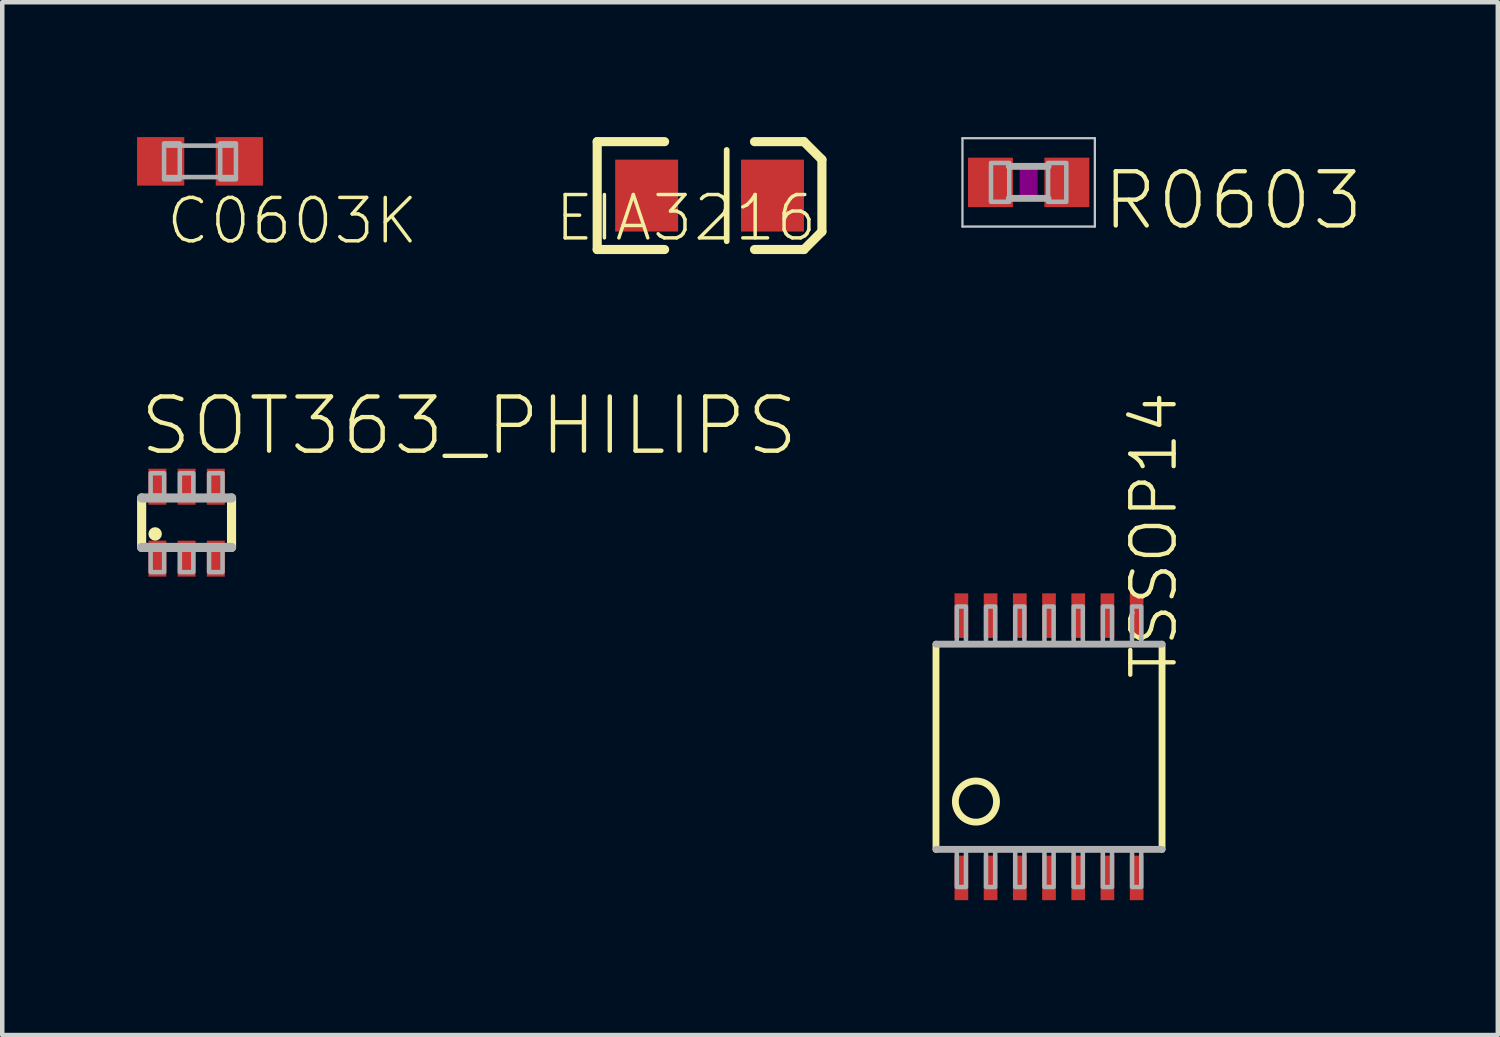
<source format=kicad_pcb>
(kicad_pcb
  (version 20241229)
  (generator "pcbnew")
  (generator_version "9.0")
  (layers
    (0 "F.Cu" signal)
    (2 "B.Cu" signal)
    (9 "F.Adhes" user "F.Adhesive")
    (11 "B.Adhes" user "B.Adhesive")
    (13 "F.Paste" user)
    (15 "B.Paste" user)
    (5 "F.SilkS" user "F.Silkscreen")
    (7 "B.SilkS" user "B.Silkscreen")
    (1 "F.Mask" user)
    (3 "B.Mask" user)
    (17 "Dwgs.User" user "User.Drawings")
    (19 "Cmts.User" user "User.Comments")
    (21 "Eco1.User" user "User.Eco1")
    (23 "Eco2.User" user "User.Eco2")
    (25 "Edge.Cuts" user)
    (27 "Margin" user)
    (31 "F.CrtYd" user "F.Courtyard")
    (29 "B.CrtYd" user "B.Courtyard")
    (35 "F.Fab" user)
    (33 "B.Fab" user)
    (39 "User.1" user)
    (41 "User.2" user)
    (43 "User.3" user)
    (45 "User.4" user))
  (footprint "R0603"
    (layer "F.Cu")
    (at 19.838 1.008)
    (property "Reference" "R0603" (at 1.587 1.111 0) (layer "F.SilkS") (effects (font (size 1.206 1.206) (thickness 0.097)) (justify left bottom)))
    (attr through_hole)
    (fp_poly (pts (xy -0.2 0.4) (xy 0.2 0.4) (xy 0.2 -0.4) (xy -0.2 -0.4)) (stroke (width 0) (type solid)) (fill yes) (layer "F.Adhes"))
    (fp_line (start -1.473 -0.983) (end 1.473 -0.983) (stroke (width 0.051) (type solid)) (layer "Dwgs.User"))
    (fp_line (start -1.473 0.983) (end -1.473 -0.983) (stroke (width 0.051) (type solid)) (layer "Dwgs.User"))
    (fp_line (start 1.473 -0.983) (end 1.473 0.983) (stroke (width 0.051) (type solid)) (layer "Dwgs.User"))
    (fp_line (start 1.473 0.983) (end -1.473 0.983) (stroke (width 0.051) (type solid)) (layer "Dwgs.User"))
    (fp_line (start -0.432 0.356) (end 0.432 0.356) (stroke (width 0.152) (type solid)) (layer "F.Fab"))
    (fp_line (start 0.432 -0.356) (end -0.432 -0.356) (stroke (width 0.152) (type solid)) (layer "F.Fab"))
    (fp_poly (pts (xy -0.838 0.432) (xy -0.432 0.432) (xy -0.432 -0.432) (xy -0.838 -0.432)) (stroke (width 0.1) (type solid)) (fill no) (layer "F.Fab"))
    (fp_poly (pts (xy 0.432 0.432) (xy 0.838 0.432) (xy 0.838 -0.432) (xy 0.432 -0.432)) (stroke (width 0.1) (type solid)) (fill no) (layer "F.Fab"))
    (pad "1" smd rect (at -0.85 0) (size 1 1.1) (layers "F.Cu" "F.Mask" "F.Paste"))
    (pad "2" smd rect (at 0.85 0) (size 1 1.1) (layers "F.Cu" "F.Mask" "F.Paste")))
  (footprint "TSSOP14"
    (layer "F.Cu")
    (at 20.291 13.566)
    (property "Reference" "TSSOP14" (at 2.896 -1.448 270) (layer "F.SilkS") (effects (font (size 0.965 0.965) (thickness 0.097)) (justify left bottom)))
    (attr through_hole)
    (fp_line (start -2.515 2.283) (end -2.515 -2.283) (stroke (width 0.152) (type solid)) (layer "F.SilkS"))
    (fp_line (start 2.515 -2.283) (end 2.515 2.283) (stroke (width 0.152) (type solid)) (layer "F.SilkS"))
    (fp_circle (center -1.626 1.219) (end -1.168 1.219) (stroke (width 0.152) (type solid)) (fill no) (layer "F.SilkS"))
    (fp_line (start -2.515 2.283) (end 2.515 2.283) (stroke (width 0.152) (type solid)) (layer "F.Fab"))
    (fp_line (start 2.515 -2.283) (end -2.515 -2.283) (stroke (width 0.152) (type solid)) (layer "F.Fab"))
    (fp_poly (pts (xy -2.052 -2.283) (xy -1.848 -2.283) (xy -1.848 -3.121) (xy -2.052 -3.121)) (stroke (width 0.1) (type solid)) (fill no) (layer "F.Fab"))
    (fp_poly (pts (xy -2.052 3.121) (xy -1.848 3.121) (xy -1.848 2.283) (xy -2.052 2.283)) (stroke (width 0.1) (type solid)) (fill no) (layer "F.Fab"))
    (fp_poly (pts (xy -1.402 -2.283) (xy -1.198 -2.283) (xy -1.198 -3.121) (xy -1.402 -3.121)) (stroke (width 0.1) (type solid)) (fill no) (layer "F.Fab"))
    (fp_poly (pts (xy -1.402 3.121) (xy -1.198 3.121) (xy -1.198 2.283) (xy -1.402 2.283)) (stroke (width 0.1) (type solid)) (fill no) (layer "F.Fab"))
    (fp_poly (pts (xy -0.752 -2.283) (xy -0.548 -2.283) (xy -0.548 -3.121) (xy -0.752 -3.121)) (stroke (width 0.1) (type solid)) (fill no) (layer "F.Fab"))
    (fp_poly (pts (xy -0.752 3.121) (xy -0.548 3.121) (xy -0.548 2.283) (xy -0.752 2.283)) (stroke (width 0.1) (type solid)) (fill no) (layer "F.Fab"))
    (fp_poly (pts (xy -0.102 -2.283) (xy 0.102 -2.283) (xy 0.102 -3.121) (xy -0.102 -3.121)) (stroke (width 0.1) (type solid)) (fill no) (layer "F.Fab"))
    (fp_poly (pts (xy -0.102 3.121) (xy 0.102 3.121) (xy 0.102 2.283) (xy -0.102 2.283)) (stroke (width 0.1) (type solid)) (fill no) (layer "F.Fab"))
    (fp_poly (pts (xy 0.548 -2.283) (xy 0.752 -2.283) (xy 0.752 -3.121) (xy 0.548 -3.121)) (stroke (width 0.1) (type solid)) (fill no) (layer "F.Fab"))
    (fp_poly (pts (xy 0.548 3.121) (xy 0.752 3.121) (xy 0.752 2.283) (xy 0.548 2.283)) (stroke (width 0.1) (type solid)) (fill no) (layer "F.Fab"))
    (fp_poly (pts (xy 1.198 -2.283) (xy 1.402 -2.283) (xy 1.402 -3.121) (xy 1.198 -3.121)) (stroke (width 0.1) (type solid)) (fill no) (layer "F.Fab"))
    (fp_poly (pts (xy 1.198 3.121) (xy 1.402 3.121) (xy 1.402 2.283) (xy 1.198 2.283)) (stroke (width 0.1) (type solid)) (fill no) (layer "F.Fab"))
    (fp_poly (pts (xy 1.848 -2.283) (xy 2.052 -2.283) (xy 2.052 -3.121) (xy 1.848 -3.121)) (stroke (width 0.1) (type solid)) (fill no) (layer "F.Fab"))
    (fp_poly (pts (xy 1.848 3.121) (xy 2.052 3.121) (xy 2.052 2.283) (xy 1.848 2.283)) (stroke (width 0.1) (type solid)) (fill no) (layer "F.Fab"))
    (pad "1" smd rect (at -1.95 2.918) (size 0.305 0.991) (layers "F.Cu" "F.Mask" "F.Paste"))
    (pad "2" smd rect (at -1.3 2.918) (size 0.305 0.991) (layers "F.Cu" "F.Mask" "F.Paste"))
    (pad "3" smd rect (at -0.65 2.918) (size 0.305 0.991) (layers "F.Cu" "F.Mask" "F.Paste"))
    (pad "4" smd rect (at 0 2.918) (size 0.305 0.991) (layers "F.Cu" "F.Mask" "F.Paste"))
    (pad "5" smd rect (at 0.65 2.918) (size 0.305 0.991) (layers "F.Cu" "F.Mask" "F.Paste"))
    (pad "6" smd rect (at 1.3 2.918) (size 0.305 0.991) (layers "F.Cu" "F.Mask" "F.Paste"))
    (pad "7" smd rect (at 1.95 2.918) (size 0.305 0.991) (layers "F.Cu" "F.Mask" "F.Paste"))
    (pad "8" smd rect (at 1.95 -2.918) (size 0.305 0.991) (layers "F.Cu" "F.Mask" "F.Paste"))
    (pad "9" smd rect (at 1.3 -2.918) (size 0.305 0.991) (layers "F.Cu" "F.Mask" "F.Paste"))
    (pad "10" smd rect (at 0.65 -2.918) (size 0.305 0.991) (layers "F.Cu" "F.Mask" "F.Paste"))
    (pad "11" smd rect (at 0 -2.918) (size 0.305 0.991) (layers "F.Cu" "F.Mask" "F.Paste"))
    (pad "12" smd rect (at -0.65 -2.918) (size 0.305 0.991) (layers "F.Cu" "F.Mask" "F.Paste"))
    (pad "13" smd rect (at -1.3 -2.918) (size 0.305 0.991) (layers "F.Cu" "F.Mask" "F.Paste"))
    (pad "14" smd rect (at -1.95 -2.918) (size 0.305 0.991) (layers "F.Cu" "F.Mask" "F.Paste")))
  (footprint "EIA3216"
    (layer "F.Cu")
    (at 12.738 1.302)
    (property "Reference" "EIA3216" (at -3.493 1.063 180) (layer "F.SilkS") (effects (font (size 0.965 0.965) (thickness 0.077)) (justify left bottom)))
    (attr through_hole)
    (fp_line (start -2.5 -1.2) (end -1 -1.2) (stroke (width 0.203) (type solid)) (layer "F.SilkS"))
    (fp_line (start -2.5 1.2) (end -2.5 -1.2) (stroke (width 0.203) (type solid)) (layer "F.SilkS"))
    (fp_line (start -1 1.2) (end -2.5 1.2) (stroke (width 0.203) (type solid)) (layer "F.SilkS"))
    (fp_line (start 0.381 -1.016) (end 0.381 1.016) (stroke (width 0.127) (type solid)) (layer "F.SilkS"))
    (fp_line (start 1 1.2) (end 2.1 1.2) (stroke (width 0.203) (type solid)) (layer "F.SilkS"))
    (fp_line (start 2.1 -1.2) (end 1 -1.2) (stroke (width 0.203) (type solid)) (layer "F.SilkS"))
    (fp_line (start 2.1 1.2) (end 2.5 0.8) (stroke (width 0.203) (type solid)) (layer "F.SilkS"))
    (fp_line (start 2.5 -0.8) (end 2.1 -1.2) (stroke (width 0.203) (type solid)) (layer "F.SilkS"))
    (fp_line (start 2.5 0.8) (end 2.5 -0.8) (stroke (width 0.203) (type solid)) (layer "F.SilkS"))
    (pad "A" smd rect (at 1.4 0 90) (size 1.6 1.4) (layers "F.Cu" "F.Mask" "F.Paste"))
    (pad "C" smd rect (at -1.4 0 90) (size 1.6 1.4) (layers "F.Cu" "F.Mask" "F.Paste")))
  (footprint "SOT363_PHILIPS"
    (layer "F.Cu")
    (at 1.102 8.58)
    (property "Reference" "SOT363_PHILIPS" (at -1.1 -1.45 0) (layer "F.SilkS") (effects (font (size 1.206 1.206) (thickness 0.097)) (justify left bottom)))
    (attr through_hole)
    (fp_line (start -1 0.55) (end -1 -0.55) (stroke (width 0.203) (type solid)) (layer "F.SilkS"))
    (fp_line (start 1 -0.55) (end 1 0.55) (stroke (width 0.203) (type solid)) (layer "F.SilkS"))
    (fp_circle (center -0.7 0.25) (end -0.625 0.25) (stroke (width 0.15) (type solid)) (fill no) (layer "F.SilkS"))
    (fp_line (start -1 -0.55) (end 1 -0.55) (stroke (width 0.203) (type solid)) (layer "F.Fab"))
    (fp_line (start 1 0.55) (end -1 0.55) (stroke (width 0.203) (type solid)) (layer "F.Fab"))
    (fp_poly (pts (xy -0.8 -0.6) (xy -0.5 -0.6) (xy -0.5 -1.1) (xy -0.8 -1.1)) (stroke (width 0.1) (type solid)) (fill no) (layer "F.Fab"))
    (fp_poly (pts (xy -0.8 1.1) (xy -0.5 1.1) (xy -0.5 0.6) (xy -0.8 0.6)) (stroke (width 0.1) (type solid)) (fill no) (layer "F.Fab"))
    (fp_poly (pts (xy -0.15 -0.6) (xy 0.15 -0.6) (xy 0.15 -1.1) (xy -0.15 -1.1)) (stroke (width 0.1) (type solid)) (fill no) (layer "F.Fab"))
    (fp_poly (pts (xy -0.15 1.1) (xy 0.15 1.1) (xy 0.15 0.6) (xy -0.15 0.6)) (stroke (width 0.1) (type solid)) (fill no) (layer "F.Fab"))
    (fp_poly (pts (xy 0.5 -0.6) (xy 0.8 -0.6) (xy 0.8 -1.1) (xy 0.5 -1.1)) (stroke (width 0.1) (type solid)) (fill no) (layer "F.Fab"))
    (fp_poly (pts (xy 0.5 1.1) (xy 0.8 1.1) (xy 0.8 0.6) (xy 0.5 0.6)) (stroke (width 0.1) (type solid)) (fill no) (layer "F.Fab"))
    (pad "1" smd rect (at -0.65 0.8) (size 0.4 0.8) (layers "F.Cu" "F.Mask" "F.Paste"))
    (pad "2" smd rect (at 0 0.8) (size 0.4 0.8) (layers "F.Cu" "F.Mask" "F.Paste"))
    (pad "3" smd rect (at 0.65 0.8) (size 0.4 0.8) (layers "F.Cu" "F.Mask" "F.Paste"))
    (pad "4" smd rect (at 0.65 -0.8) (size 0.4 0.8) (layers "F.Cu" "F.Mask" "F.Paste"))
    (pad "5" smd rect (at 0 -0.8) (size 0.4 0.8) (layers "F.Cu" "F.Mask" "F.Paste"))
    (pad "6" smd rect (at -0.65 -0.8) (size 0.4 0.8) (layers "F.Cu" "F.Mask" "F.Paste")))
  (footprint "C0603K"
    (layer "F.Cu")
    (at 1.4 0.54)
    (property "Reference" "C0603K" (at -0.8 1.89 0) (layer "F.SilkS") (effects (font (size 0.965 0.965) (thickness 0.077)) (justify left bottom)))
    (attr through_hole)
    (fp_line (start -0.725 -0.35) (end 0.725 -0.35) (stroke (width 0.102) (type solid)) (layer "F.Fab"))
    (fp_line (start 0.725 0.35) (end -0.725 0.35) (stroke (width 0.102) (type solid)) (layer "F.Fab"))
    (fp_poly (pts (xy -0.8 0.4) (xy -0.45 0.4) (xy -0.45 -0.4) (xy -0.8 -0.4)) (stroke (width 0.1) (type solid)) (fill no) (layer "F.Fab"))
    (fp_poly (pts (xy 0.45 0.4) (xy 0.8 0.4) (xy 0.8 -0.4) (xy 0.45 -0.4)) (stroke (width 0.1) (type solid)) (fill no) (layer "F.Fab"))
    (pad "1" smd rect (at -0.875 0) (size 1.05 1.08) (layers "F.Cu" "F.Mask" "F.Paste"))
    (pad "2" smd rect (at 0.875 0) (size 1.05 1.08) (layers "F.Cu" "F.Mask" "F.Paste")))
  (gr_rect
    (start -3 -3)
    (end 30.277 19.98)
    (stroke (width 0.1) (type default))
    (fill no)
    (layer "Edge.Cuts")))
</source>
